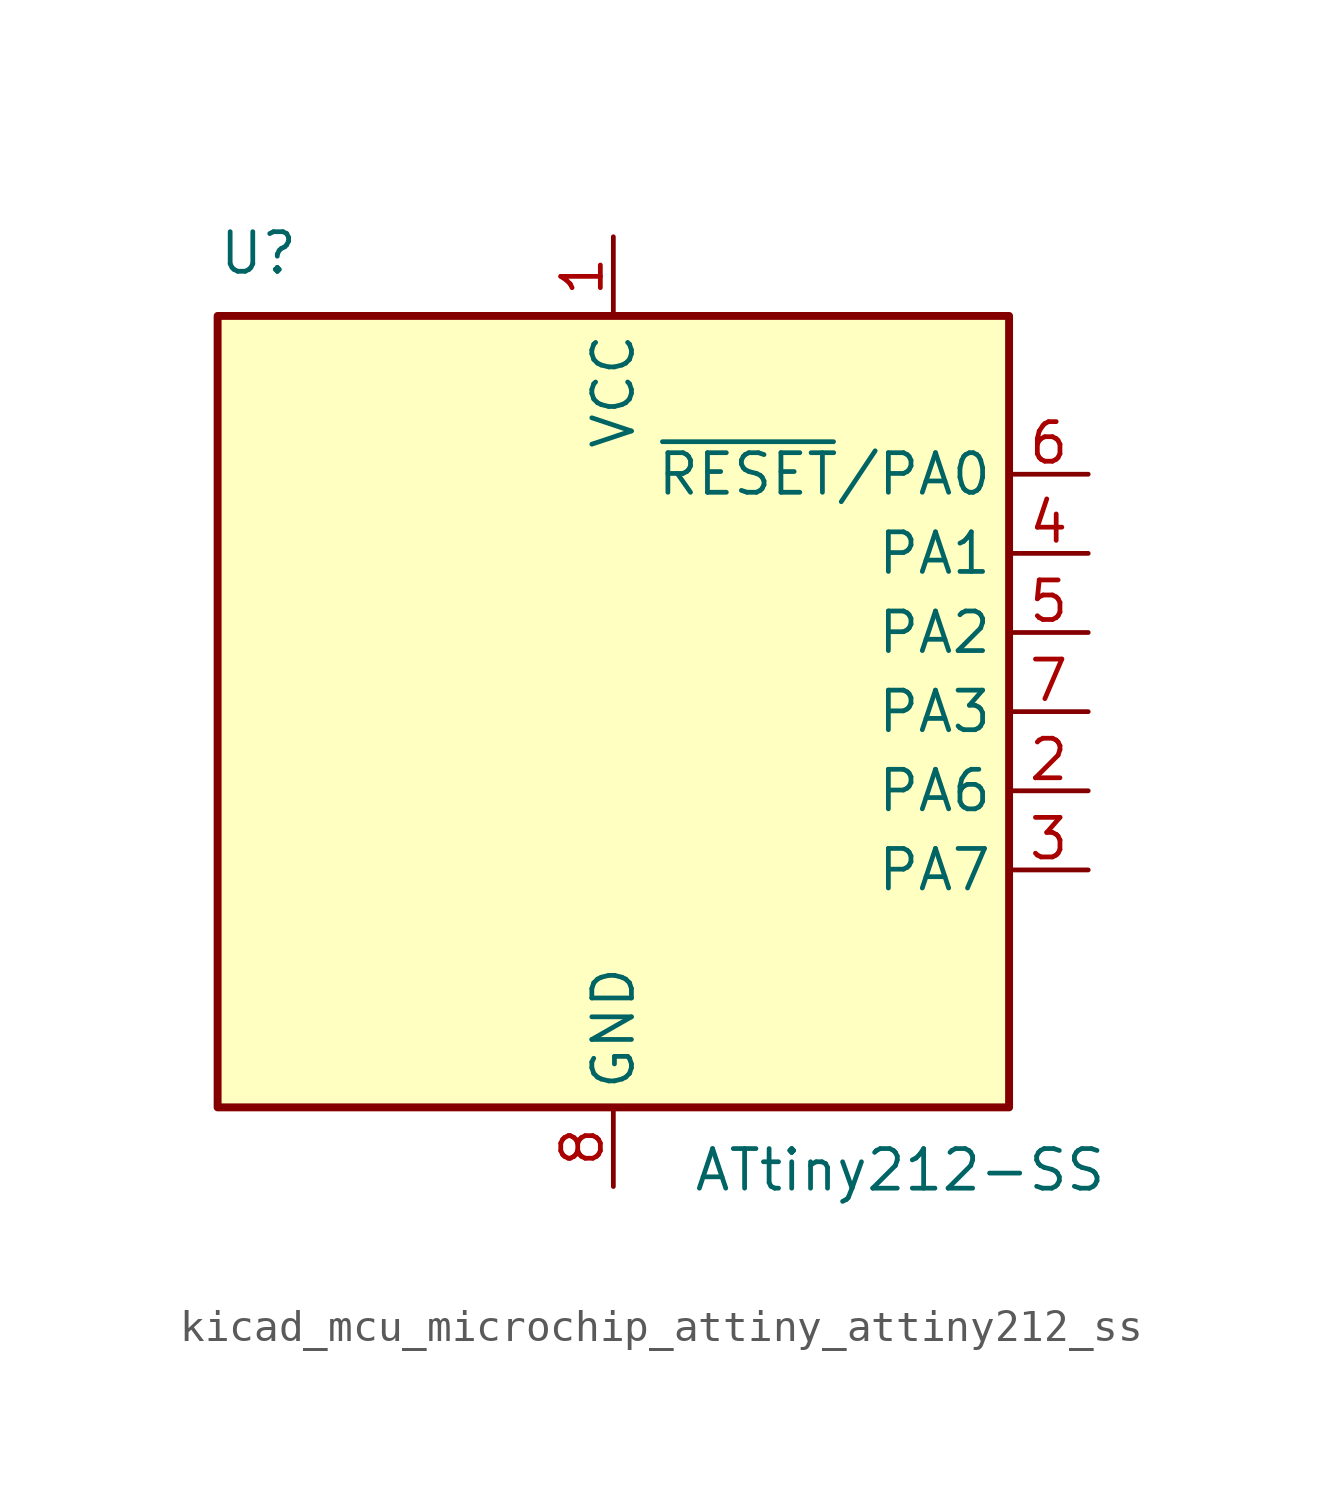
<source format=kicad_sym>
(kicad_symbol_lib
  (version 20220914)
  (generator kicad_symbol_editor)
  (symbol "kicad_mcu_microchip_attiny_attiny212_ss"
    (property "Reference" "U"
      (at -12.7 13.97 0)
      (effects (font (size 1.27 1.27)) (justify left bottom)))
    (property "Value" "ATtiny212-SS"
      (at 2.54 -13.97 0)
      (effects (font (size 1.27 1.27)) (justify left top)))
    (symbol "kicad_mcu_microchip_attiny_attiny212_ss_0_1"
      (rectangle (start -12.7 -12.7) (end 12.7 12.7) (stroke (width 0.254) (type default)) (fill (type background))))
    (symbol "kicad_mcu_microchip_attiny_attiny212_ss_1_1"
      (pin power_in line (at 0 15.24 270) (length 2.54) (name "VCC" (effects (font (size 1.27 1.27)))) (number "1" (effects (font (size 1.27 1.27)))))
      (pin bidirectional line (at 15.24 -2.54 180) (length 2.54) (name "PA6" (effects (font (size 1.27 1.27)))) (number "2" (effects (font (size 1.27 1.27)))))
      (pin bidirectional line (at 15.24 -5.08 180) (length 2.54) (name "PA7" (effects (font (size 1.27 1.27)))) (number "3" (effects (font (size 1.27 1.27)))))
      (pin bidirectional line (at 15.24 5.08 180) (length 2.54) (name "PA1" (effects (font (size 1.27 1.27)))) (number "4" (effects (font (size 1.27 1.27)))))
      (pin bidirectional line (at 15.24 2.54 180) (length 2.54) (name "PA2" (effects (font (size 1.27 1.27)))) (number "5" (effects (font (size 1.27 1.27)))))
      (pin bidirectional line (at 15.24 7.62 180) (length 2.54) (name "~{RESET}/PA0" (effects (font (size 1.27 1.27)))) (number "6" (effects (font (size 1.27 1.27)))))
      (pin bidirectional line (at 15.24 0 180) (length 2.54) (name "PA3" (effects (font (size 1.27 1.27)))) (number "7" (effects (font (size 1.27 1.27)))))
      (pin power_in line (at 0 -15.24 90) (length 2.54) (name "GND" (effects (font (size 1.27 1.27)))) (number "8" (effects (font (size 1.27 1.27))))))))
</source>
